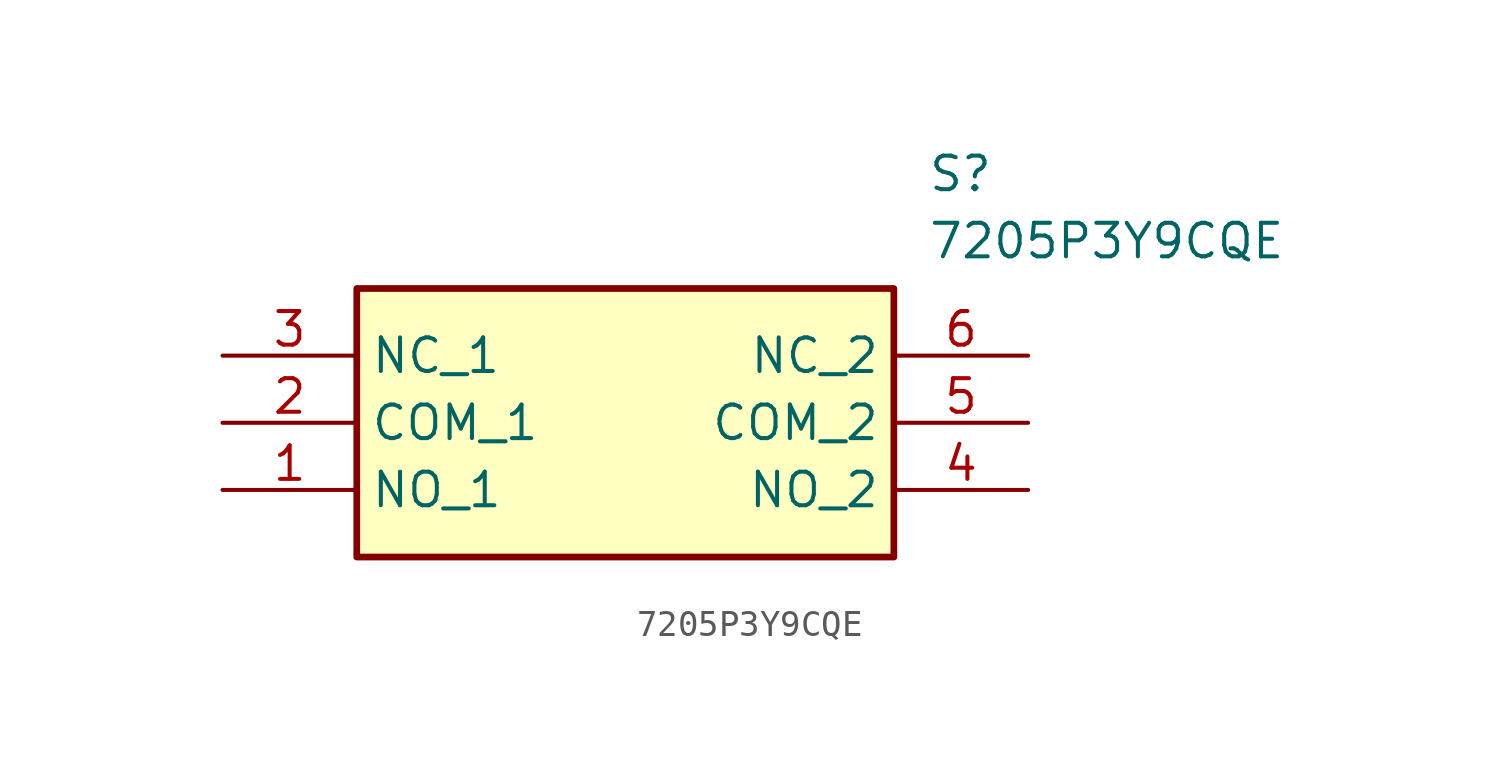
<source format=kicad_sym>
(kicad_symbol_lib
  (version 20211014)
  (generator SamacSys_ECAD_Model)
  (symbol "7205P3Y9CQE"
    (property "Reference" "S"
      (at 26.67 7.62 0)
      (effects (font (size 1.27 1.27)) (justify left top)))
    (property "Value" "7205P3Y9CQE"
      (at 26.67 5.08 0)
      (effects (font (size 1.27 1.27)) (justify left top)))
    (rectangle
      (start 5.08 2.54)
      (end 25.4 -7.62)
      (stroke (width 0.254) (type default))
      (fill (type background)))
    (pin passive line
      (at 0 -5.08 0)
      (length 5.08)
      (name "NO_1" (effects (font (size 1.27 1.27))))
      (number "1" (effects (font (size 1.27 1.27)))))
    (pin passive line
      (at 0 -2.54 0)
      (length 5.08)
      (name "COM_1" (effects (font (size 1.27 1.27))))
      (number "2" (effects (font (size 1.27 1.27)))))
    (pin passive line
      (at 0 0 0)
      (length 5.08)
      (name "NC_1" (effects (font (size 1.27 1.27))))
      (number "3" (effects (font (size 1.27 1.27)))))
    (pin passive line
      (at 30.48 -5.08 180)
      (length 5.08)
      (name "NO_2" (effects (font (size 1.27 1.27))))
      (number "4" (effects (font (size 1.27 1.27)))))
    (pin passive line
      (at 30.48 -2.54 180)
      (length 5.08)
      (name "COM_2" (effects (font (size 1.27 1.27))))
      (number "5" (effects (font (size 1.27 1.27)))))
    (pin passive line
      (at 30.48 0 180)
      (length 5.08)
      (name "NC_2" (effects (font (size 1.27 1.27))))
      (number "6" (effects (font (size 1.27 1.27)))))))
</source>
